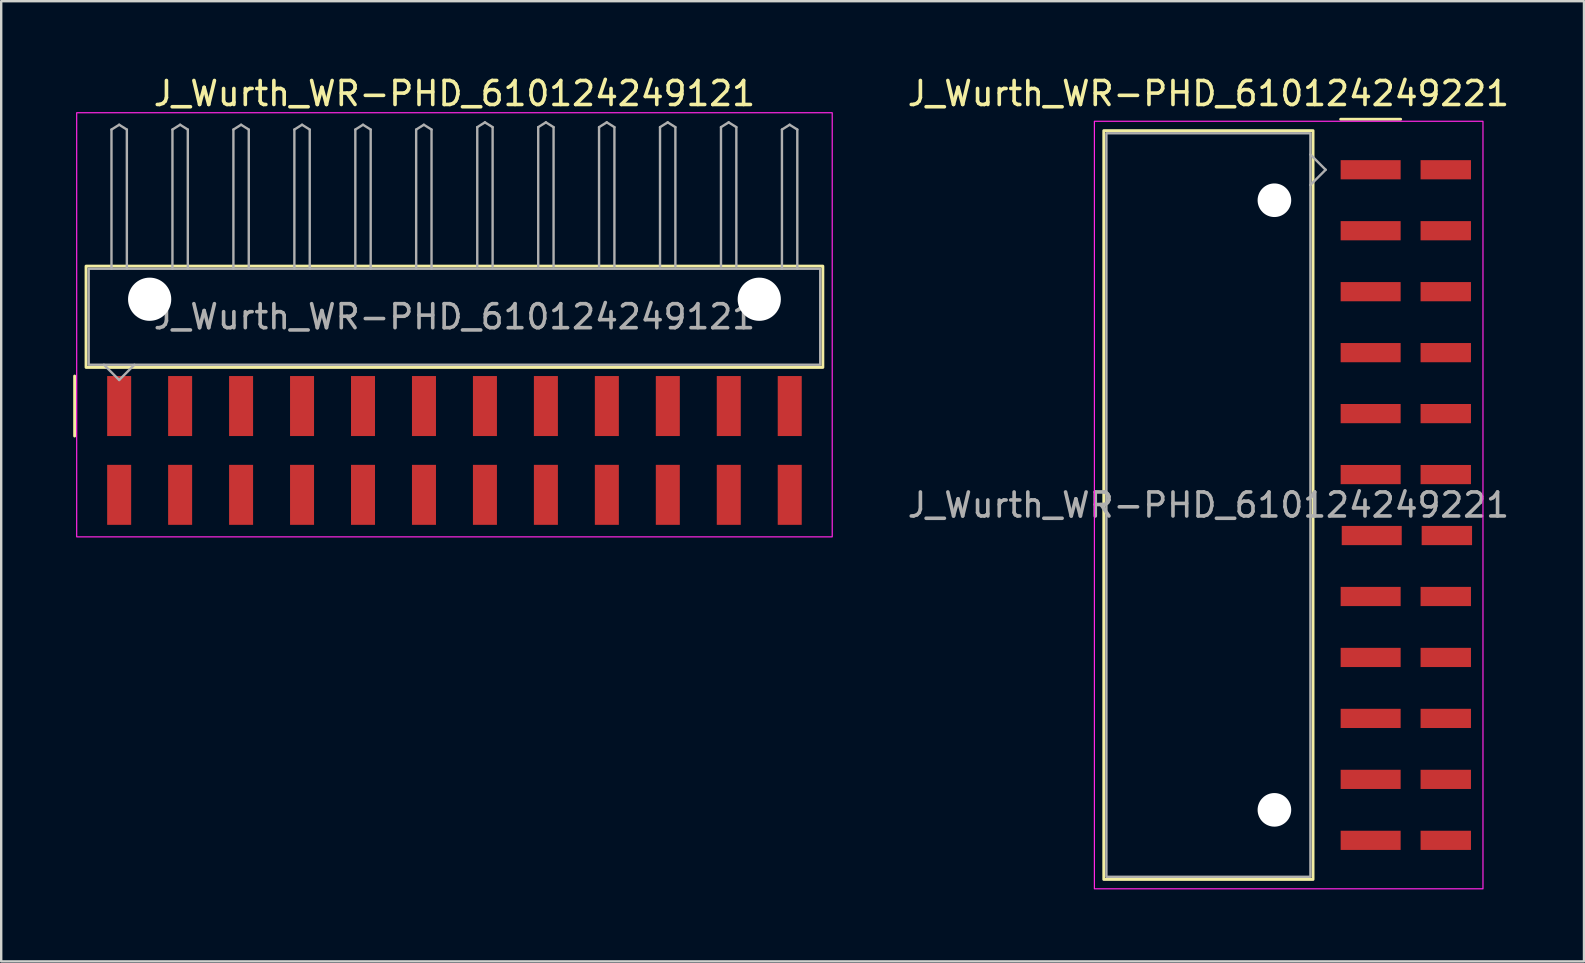
<source format=kicad_pcb>
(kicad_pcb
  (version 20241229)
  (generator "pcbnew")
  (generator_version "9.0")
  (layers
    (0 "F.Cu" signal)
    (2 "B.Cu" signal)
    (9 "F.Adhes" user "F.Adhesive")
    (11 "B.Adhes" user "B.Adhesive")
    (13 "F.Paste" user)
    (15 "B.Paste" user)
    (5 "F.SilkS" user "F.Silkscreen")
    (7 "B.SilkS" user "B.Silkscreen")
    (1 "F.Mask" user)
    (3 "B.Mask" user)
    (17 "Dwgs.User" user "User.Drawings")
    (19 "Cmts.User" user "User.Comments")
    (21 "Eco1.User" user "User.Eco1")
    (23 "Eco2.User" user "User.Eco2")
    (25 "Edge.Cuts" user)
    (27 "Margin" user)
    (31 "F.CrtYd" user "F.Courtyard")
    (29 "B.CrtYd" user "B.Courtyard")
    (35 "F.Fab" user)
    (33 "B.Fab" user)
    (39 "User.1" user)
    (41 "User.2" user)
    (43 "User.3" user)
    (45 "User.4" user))
  (footprint "J_Wurth_WR-PHD_610124249221"
    (layer "F.Cu")
    (at 47.299 17.993)
    (property "Reference" "J_Wurth_WR-PHD_610124249221" (at 0 -17.145 0) (unlocked yes) (layer "F.SilkS") (effects (font (size 1 1) (thickness 0.15))))
    (attr smd)
    (fp_line (start 8.01 -16.075) (end 5.51 -16.075) (stroke (width 0.12) (type solid)) (layer "F.SilkS"))
    (fp_rect (start -4.36 -15.6) (end 4.36 15.6) (stroke (width 0.12) (type solid)) (fill no) (layer "F.SilkS"))
    (fp_rect (start -4.75 -15.99) (end 11.44 15.99) (stroke (width 0.05) (type solid)) (fill no) (layer "F.CrtYd"))
    (fp_line (start 4.25 -14.605) (end 4.885 -13.97) (stroke (width 0.1) (type default)) (layer "F.Fab"))
    (fp_line (start 4.885 -13.97) (end 4.25 -13.335) (stroke (width 0.1) (type default)) (layer "F.Fab"))
    (fp_rect (start -4.25 -15.49) (end 4.25 15.49) (stroke (width 0.1) (type solid)) (fill no) (layer "F.Fab"))
    (fp_text user "${REFERENCE}" (at 0 0 0) (unlocked yes) (layer "F.Fab") (effects (font (size 1 1) (thickness 0.15))))
    (pad "" np_thru_hole circle (at 2.75 -12.7 270) (size 1.4 1.4) (drill 1.4) (layers "*.Cu" "*.Mask"))
    (pad "" np_thru_hole circle (at 2.75 12.7 270) (size 1.4 1.4) (drill 1.4) (layers "*.Cu" "*.Mask"))
    (pad "1" smd rect (at 6.76 -13.97 270) (size 0.8 2.5) (layers "F.Cu" "F.Mask" "F.Paste"))
    (pad "2" smd rect (at 9.89 -13.97 270) (size 0.8 2.1) (layers "F.Cu" "F.Mask" "F.Paste"))
    (pad "3" smd rect (at 6.76 -11.43 270) (size 0.8 2.5) (layers "F.Cu" "F.Mask" "F.Paste"))
    (pad "4" smd rect (at 9.89 -11.43 270) (size 0.8 2.1) (layers "F.Cu" "F.Mask" "F.Paste"))
    (pad "5" smd rect (at 6.76 -8.89 270) (size 0.8 2.5) (layers "F.Cu" "F.Mask" "F.Paste"))
    (pad "6" smd rect (at 9.89 -8.89 270) (size 0.8 2.1) (layers "F.Cu" "F.Mask" "F.Paste"))
    (pad "7" smd rect (at 6.76 -6.35 270) (size 0.8 2.5) (layers "F.Cu" "F.Mask" "F.Paste"))
    (pad "8" smd rect (at 9.89 -6.35 270) (size 0.8 2.1) (layers "F.Cu" "F.Mask" "F.Paste"))
    (pad "9" smd rect (at 6.76 -3.81 270) (size 0.8 2.5) (layers "F.Cu" "F.Mask" "F.Paste"))
    (pad "10" smd rect (at 9.89 -3.81 270) (size 0.8 2.1) (layers "F.Cu" "F.Mask" "F.Paste"))
    (pad "11" smd rect (at 6.76 -1.27 270) (size 0.8 2.5) (layers "F.Cu" "F.Mask" "F.Paste"))
    (pad "12" smd rect (at 9.89 -1.27 270) (size 0.8 2.1) (layers "F.Cu" "F.Mask" "F.Paste"))
    (pad "13" smd rect (at 6.805 1.27 270) (size 0.8 2.5) (layers "F.Cu" "F.Mask" "F.Paste"))
    (pad "14" smd rect (at 9.935 1.27 270) (size 0.8 2.1) (layers "F.Cu" "F.Mask" "F.Paste"))
    (pad "15" smd rect (at 6.76 3.81 270) (size 0.8 2.5) (layers "F.Cu" "F.Mask" "F.Paste"))
    (pad "16" smd rect (at 9.89 3.81 270) (size 0.8 2.1) (layers "F.Cu" "F.Mask" "F.Paste"))
    (pad "17" smd rect (at 6.76 6.35 270) (size 0.8 2.5) (layers "F.Cu" "F.Mask" "F.Paste"))
    (pad "18" smd rect (at 9.89 6.35 270) (size 0.8 2.1) (layers "F.Cu" "F.Mask" "F.Paste"))
    (pad "19" smd rect (at 6.76 8.89 270) (size 0.8 2.5) (layers "F.Cu" "F.Mask" "F.Paste"))
    (pad "20" smd rect (at 9.89 8.89 270) (size 0.8 2.1) (layers "F.Cu" "F.Mask" "F.Paste"))
    (pad "21" smd rect (at 6.76 11.43 270) (size 0.8 2.5) (layers "F.Cu" "F.Mask" "F.Paste"))
    (pad "22" smd rect (at 9.89 11.43 270) (size 0.8 2.1) (layers "F.Cu" "F.Mask" "F.Paste"))
    (pad "23" smd rect (at 6.76 13.97 270) (size 0.8 2.5) (layers "F.Cu" "F.Mask" "F.Paste"))
    (pad "24" smd rect (at 9.89 13.97 270) (size 0.8 2.1) (layers "F.Cu" "F.Mask" "F.Paste")))
  (footprint "J_Wurth_WR-PHD_610124249121"
    (layer "F.Cu")
    (at 15.885 10.148)
    (property "Reference" "J_Wurth_WR-PHD_610124249121" (at 0 -9.3 0) (unlocked yes) (layer "F.SilkS") (effects (font (size 1 1) (thickness 0.15))))
    (attr smd)
    (fp_line (start -15.825 2.47) (end -15.825 4.97) (stroke (width 0.12) (type solid)) (layer "F.SilkS"))
    (fp_rect (start -15.35 -2.11) (end 15.35 2.11) (stroke (width 0.12) (type solid)) (fill no) (layer "F.SilkS"))
    (fp_rect (start -15.74 -8.5) (end 15.74 9.17) (stroke (width 0.05) (type solid)) (fill no) (layer "F.CrtYd"))
    (fp_line (start -14.29 -7.8) (end -14.29 -2) (stroke (width 0.1) (type solid)) (layer "F.Fab"))
    (fp_line (start -13.97 -8) (end -14.29 -7.8) (stroke (width 0.1) (type solid)) (layer "F.Fab"))
    (fp_line (start -13.97 2.635) (end -14.605 2) (stroke (width 0.1) (type default)) (layer "F.Fab"))
    (fp_line (start -13.65 -7.8) (end -13.97 -8) (stroke (width 0.1) (type solid)) (layer "F.Fab"))
    (fp_line (start -13.65 -2) (end -13.65 -7.8) (stroke (width 0.1) (type solid)) (layer "F.Fab"))
    (fp_line (start -13.335 2) (end -13.97 2.635) (stroke (width 0.1) (type default)) (layer "F.Fab"))
    (fp_line (start -11.75 -7.8) (end -11.75 -2) (stroke (width 0.1) (type solid)) (layer "F.Fab"))
    (fp_line (start -11.43 -8) (end -11.75 -7.8) (stroke (width 0.1) (type solid)) (layer "F.Fab"))
    (fp_line (start -11.11 -7.8) (end -11.43 -8) (stroke (width 0.1) (type solid)) (layer "F.Fab"))
    (fp_line (start -11.11 -2) (end -11.11 -7.8) (stroke (width 0.1) (type solid)) (layer "F.Fab"))
    (fp_line (start -9.21 -7.8) (end -9.21 -2) (stroke (width 0.1) (type solid)) (layer "F.Fab"))
    (fp_line (start -8.89 -8) (end -9.21 -7.8) (stroke (width 0.1) (type solid)) (layer "F.Fab"))
    (fp_line (start -8.57 -7.8) (end -8.89 -8) (stroke (width 0.1) (type solid)) (layer "F.Fab"))
    (fp_line (start -8.57 -2) (end -8.57 -7.8) (stroke (width 0.1) (type solid)) (layer "F.Fab"))
    (fp_line (start -6.67 -7.8) (end -6.67 -2) (stroke (width 0.1) (type solid)) (layer "F.Fab"))
    (fp_line (start -6.35 -8) (end -6.67 -7.8) (stroke (width 0.1) (type solid)) (layer "F.Fab"))
    (fp_line (start -6.03 -7.8) (end -6.35 -8) (stroke (width 0.1) (type solid)) (layer "F.Fab"))
    (fp_line (start -6.03 -2) (end -6.03 -7.8) (stroke (width 0.1) (type solid)) (layer "F.Fab"))
    (fp_line (start -4.13 -7.8) (end -4.13 -2) (stroke (width 0.1) (type solid)) (layer "F.Fab"))
    (fp_line (start -3.81 -8) (end -4.13 -7.8) (stroke (width 0.1) (type solid)) (layer "F.Fab"))
    (fp_line (start -3.49 -7.8) (end -3.81 -8) (stroke (width 0.1) (type solid)) (layer "F.Fab"))
    (fp_line (start -3.49 -2) (end -3.49 -7.8) (stroke (width 0.1) (type solid)) (layer "F.Fab"))
    (fp_line (start -1.595 -7.8) (end -1.595 -2) (stroke (width 0.1) (type solid)) (layer "F.Fab"))
    (fp_line (start -1.275 -8) (end -1.595 -7.8) (stroke (width 0.1) (type solid)) (layer "F.Fab"))
    (fp_line (start -0.955 -7.8) (end -1.275 -8) (stroke (width 0.1) (type solid)) (layer "F.Fab"))
    (fp_line (start -0.955 -2) (end -0.955 -7.8) (stroke (width 0.1) (type solid)) (layer "F.Fab"))
    (fp_line (start 0.95 -7.9) (end 0.95 -2.1) (stroke (width 0.1) (type solid)) (layer "F.Fab"))
    (fp_line (start 1.27 -8.1) (end 0.95 -7.9) (stroke (width 0.1) (type solid)) (layer "F.Fab"))
    (fp_line (start 1.59 -7.9) (end 1.27 -8.1) (stroke (width 0.1) (type solid)) (layer "F.Fab"))
    (fp_line (start 1.59 -2.1) (end 1.59 -7.9) (stroke (width 0.1) (type solid)) (layer "F.Fab"))
    (fp_line (start 3.49 -7.9) (end 3.49 -2.1) (stroke (width 0.1) (type solid)) (layer "F.Fab"))
    (fp_line (start 3.81 -8.1) (end 3.49 -7.9) (stroke (width 0.1) (type solid)) (layer "F.Fab"))
    (fp_line (start 4.13 -7.9) (end 3.81 -8.1) (stroke (width 0.1) (type solid)) (layer "F.Fab"))
    (fp_line (start 4.13 -2.1) (end 4.13 -7.9) (stroke (width 0.1) (type solid)) (layer "F.Fab"))
    (fp_line (start 6.025 -7.9) (end 6.025 -2.1) (stroke (width 0.1) (type solid)) (layer "F.Fab"))
    (fp_line (start 6.345 -8.1) (end 6.025 -7.9) (stroke (width 0.1) (type solid)) (layer "F.Fab"))
    (fp_line (start 6.665 -7.9) (end 6.345 -8.1) (stroke (width 0.1) (type solid)) (layer "F.Fab"))
    (fp_line (start 6.665 -2.1) (end 6.665 -7.9) (stroke (width 0.1) (type solid)) (layer "F.Fab"))
    (fp_line (start 8.565 -7.9) (end 8.565 -2.1) (stroke (width 0.1) (type solid)) (layer "F.Fab"))
    (fp_line (start 8.885 -8.1) (end 8.565 -7.9) (stroke (width 0.1) (type solid)) (layer "F.Fab"))
    (fp_line (start 9.205 -7.9) (end 8.885 -8.1) (stroke (width 0.1) (type solid)) (layer "F.Fab"))
    (fp_line (start 9.205 -2.1) (end 9.205 -7.9) (stroke (width 0.1) (type solid)) (layer "F.Fab"))
    (fp_line (start 11.105 -7.9) (end 11.105 -2.1) (stroke (width 0.1) (type solid)) (layer "F.Fab"))
    (fp_line (start 11.425 -8.1) (end 11.105 -7.9) (stroke (width 0.1) (type solid)) (layer "F.Fab"))
    (fp_line (start 11.745 -7.9) (end 11.425 -8.1) (stroke (width 0.1) (type solid)) (layer "F.Fab"))
    (fp_line (start 11.745 -2.1) (end 11.745 -7.9) (stroke (width 0.1) (type solid)) (layer "F.Fab"))
    (fp_line (start 13.645 -7.8) (end 13.645 -2) (stroke (width 0.1) (type solid)) (layer "F.Fab"))
    (fp_line (start 13.965 -8) (end 13.645 -7.8) (stroke (width 0.1) (type solid)) (layer "F.Fab"))
    (fp_line (start 14.285 -7.8) (end 13.965 -8) (stroke (width 0.1) (type solid)) (layer "F.Fab"))
    (fp_line (start 14.285 -2) (end 14.285 -7.8) (stroke (width 0.1) (type solid)) (layer "F.Fab"))
    (fp_rect (start -15.24 -2) (end 15.24 2) (stroke (width 0.1) (type solid)) (fill no) (layer "F.Fab"))
    (fp_text user "${REFERENCE}" (at 0 0 0) (unlocked yes) (layer "F.Fab") (effects (font (size 1 1) (thickness 0.15))))
    (pad "" np_thru_hole circle (at -12.7 -0.73) (size 1.8 1.8) (drill 1.8) (layers "*.Cu" "*.Mask"))
    (pad "" np_thru_hole circle (at 12.7 -0.73) (size 1.8 1.8) (drill 1.8) (layers "*.Cu" "*.Mask"))
    (pad "1" smd rect (at -13.97 3.72 180) (size 1 2.5) (layers "F.Cu" "F.Mask" "F.Paste"))
    (pad "2" smd rect (at -13.97 7.42 180) (size 1 2.5) (layers "F.Cu" "F.Mask" "F.Paste"))
    (pad "3" smd rect (at -11.43 3.72 180) (size 1 2.5) (layers "F.Cu" "F.Mask" "F.Paste"))
    (pad "4" smd rect (at -11.43 7.42 180) (size 1 2.5) (layers "F.Cu" "F.Mask" "F.Paste"))
    (pad "5" smd rect (at -8.89 3.72 180) (size 1 2.5) (layers "F.Cu" "F.Mask" "F.Paste"))
    (pad "6" smd rect (at -8.89 7.42 180) (size 1 2.5) (layers "F.Cu" "F.Mask" "F.Paste"))
    (pad "7" smd rect (at -6.35 3.72 180) (size 1 2.5) (layers "F.Cu" "F.Mask" "F.Paste"))
    (pad "8" smd rect (at -6.35 7.42 180) (size 1 2.5) (layers "F.Cu" "F.Mask" "F.Paste"))
    (pad "9" smd rect (at -3.81 3.72 180) (size 1 2.5) (layers "F.Cu" "F.Mask" "F.Paste"))
    (pad "10" smd rect (at -3.81 7.42 180) (size 1 2.5) (layers "F.Cu" "F.Mask" "F.Paste"))
    (pad "11" smd rect (at -1.27 3.72 180) (size 1 2.5) (layers "F.Cu" "F.Mask" "F.Paste"))
    (pad "12" smd rect (at -1.27 7.42 180) (size 1 2.5) (layers "F.Cu" "F.Mask" "F.Paste"))
    (pad "13" smd rect (at 1.27 3.72 180) (size 1 2.5) (layers "F.Cu" "F.Mask" "F.Paste"))
    (pad "14" smd rect (at 1.27 7.42 180) (size 1 2.5) (layers "F.Cu" "F.Mask" "F.Paste"))
    (pad "15" smd rect (at 3.81 3.72 180) (size 1 2.5) (layers "F.Cu" "F.Mask" "F.Paste"))
    (pad "16" smd rect (at 3.81 7.42 180) (size 1 2.5) (layers "F.Cu" "F.Mask" "F.Paste"))
    (pad "17" smd rect (at 6.35 3.72 180) (size 1 2.5) (layers "F.Cu" "F.Mask" "F.Paste"))
    (pad "18" smd rect (at 6.35 7.42 180) (size 1 2.5) (layers "F.Cu" "F.Mask" "F.Paste"))
    (pad "19" smd rect (at 8.89 3.72 180) (size 1 2.5) (layers "F.Cu" "F.Mask" "F.Paste"))
    (pad "20" smd rect (at 8.89 7.42 180) (size 1 2.5) (layers "F.Cu" "F.Mask" "F.Paste"))
    (pad "21" smd rect (at 11.43 3.72 180) (size 1 2.5) (layers "F.Cu" "F.Mask" "F.Paste"))
    (pad "21" smd rect (at 13.97 3.72 180) (size 1 2.5) (layers "F.Cu" "F.Mask" "F.Paste"))
    (pad "22" smd rect (at 11.43 7.42 180) (size 1 2.5) (layers "F.Cu" "F.Mask" "F.Paste"))
    (pad "22" smd rect (at 13.97 7.42 180) (size 1 2.5) (layers "F.Cu" "F.Mask" "F.Paste")))
  (gr_rect
    (start -3 -3)
    (end 62.948 37.008)
    (stroke (width 0.1) (type default))
    (fill no)
    (layer "Edge.Cuts")))
</source>
